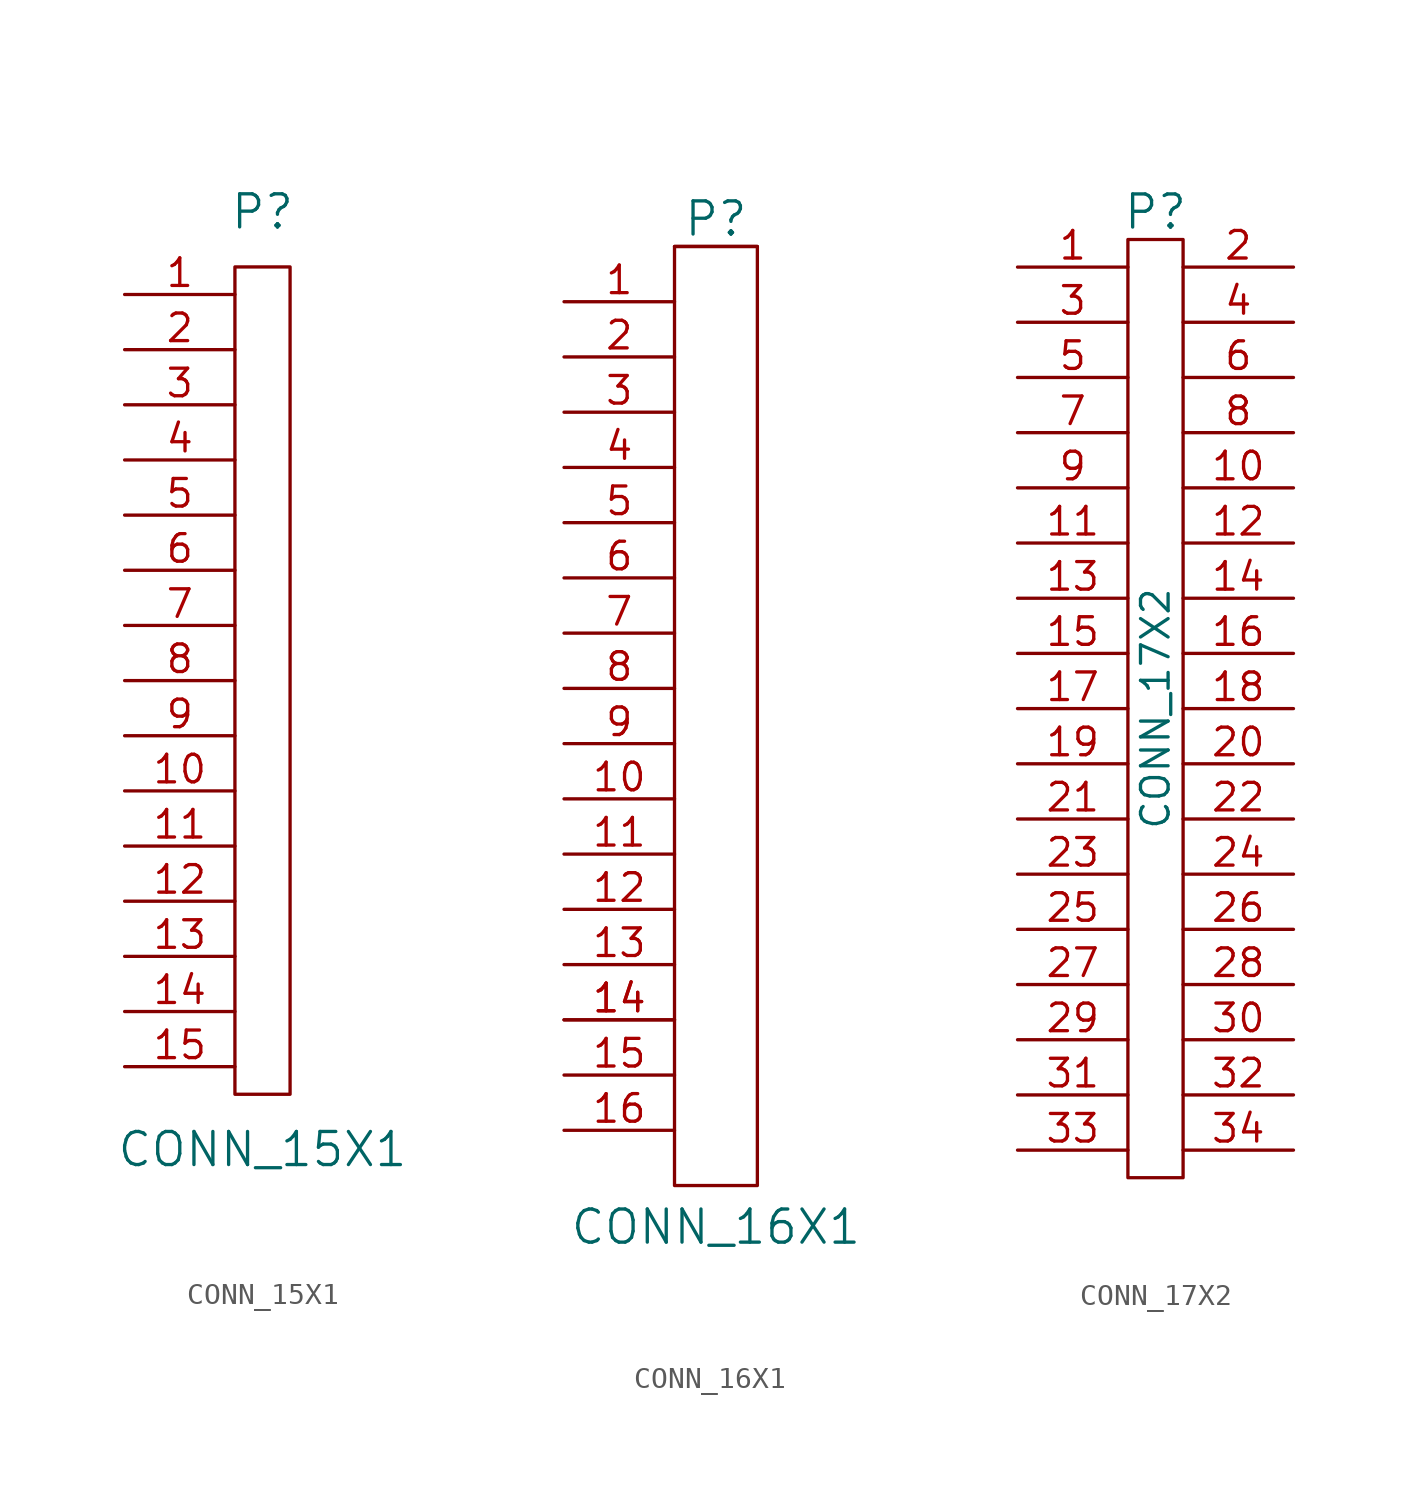
<source format=kicad_sym>
(kicad_symbol_lib
  (version 20201005)
  (generator kicad_symbol_editor)
  (symbol "CONN_15X1"
    (pin_names
      (offset 1.016))
    (property "Reference" "P"
      (at 0 20.32 0)
      (effects (font (size 1.524 1.524))))
    (property "Value" "CONN_15X1"
      (at 0 -22.86 0)
      (effects (font (size 1.524 1.524))))
    (symbol "CONN_15X1_0_1"
      (rectangle (start -1.27 17.78) (end 1.27 -20.32) (stroke (width 0)) (fill (type none))))
    (symbol "CONN_15X1_1_1"
      (pin unspecified line (at -6.35 16.51 0) (length 5.08) (name "~" (effects (font (size 1.27 1.27)))) (number "1" (effects (font (size 1.27 1.27)))))
      (pin unspecified line (at -6.35 -6.35 0) (length 5.08) (name "~" (effects (font (size 1.27 1.27)))) (number "10" (effects (font (size 1.27 1.27)))))
      (pin unspecified line (at -6.35 -8.89 0) (length 5.08) (name "~" (effects (font (size 1.27 1.27)))) (number "11" (effects (font (size 1.27 1.27)))))
      (pin unspecified line (at -6.35 -11.43 0) (length 5.08) (name "~" (effects (font (size 1.27 1.27)))) (number "12" (effects (font (size 1.27 1.27)))))
      (pin unspecified line (at -6.35 -13.97 0) (length 5.08) (name "~" (effects (font (size 1.27 1.27)))) (number "13" (effects (font (size 1.27 1.27)))))
      (pin unspecified line (at -6.35 -16.51 0) (length 5.08) (name "~" (effects (font (size 1.27 1.27)))) (number "14" (effects (font (size 1.27 1.27)))))
      (pin unspecified line (at -6.35 -19.05 0) (length 5.08) (name "~" (effects (font (size 1.27 1.27)))) (number "15" (effects (font (size 1.27 1.27)))))
      (pin unspecified line (at -6.35 13.97 0) (length 5.08) (name "~" (effects (font (size 1.27 1.27)))) (number "2" (effects (font (size 1.27 1.27)))))
      (pin unspecified line (at -6.35 11.43 0) (length 5.08) (name "~" (effects (font (size 1.27 1.27)))) (number "3" (effects (font (size 1.27 1.27)))))
      (pin unspecified line (at -6.35 8.89 0) (length 5.08) (name "~" (effects (font (size 1.27 1.27)))) (number "4" (effects (font (size 1.27 1.27)))))
      (pin unspecified line (at -6.35 6.35 0) (length 5.08) (name "~" (effects (font (size 1.27 1.27)))) (number "5" (effects (font (size 1.27 1.27)))))
      (pin unspecified line (at -6.35 3.81 0) (length 5.08) (name "~" (effects (font (size 1.27 1.27)))) (number "6" (effects (font (size 1.27 1.27)))))
      (pin unspecified line (at -6.35 1.27 0) (length 5.08) (name "~" (effects (font (size 1.27 1.27)))) (number "7" (effects (font (size 1.27 1.27)))))
      (pin unspecified line (at -6.35 -1.27 0) (length 5.08) (name "~" (effects (font (size 1.27 1.27)))) (number "8" (effects (font (size 1.27 1.27)))))
      (pin unspecified line (at -6.35 -3.81 0) (length 5.08) (name "~" (effects (font (size 1.27 1.27)))) (number "9" (effects (font (size 1.27 1.27)))))))
  (symbol "CONN_16X1"
    (pin_names
      (offset 1.016))
    (property "Reference" "P"
      (at 0.635 22.86 0)
      (effects (font (size 1.524 1.524))))
    (property "Value" "CONN_16X1"
      (at 0.635 -23.495 0)
      (effects (font (size 1.524 1.524))))
    (symbol "CONN_16X1_0_1"
      (rectangle (start -1.27 -21.59) (end 2.54 21.59) (stroke (width 0)) (fill (type none)))
      (rectangle (start -1.27 21.59) (end 2.54 21.59) (stroke (width 0)) (fill (type none))))
    (symbol "CONN_16X1_1_1"
      (pin unspecified line (at -6.35 19.05 0) (length 5.08) (name "~" (effects (font (size 1.27 1.27)))) (number "1" (effects (font (size 1.27 1.27)))))
      (pin unspecified line (at -6.35 -3.81 0) (length 5.08) (name "~" (effects (font (size 1.27 1.27)))) (number "10" (effects (font (size 1.27 1.27)))))
      (pin unspecified line (at -6.35 -6.35 0) (length 5.08) (name "~" (effects (font (size 1.27 1.27)))) (number "11" (effects (font (size 1.27 1.27)))))
      (pin unspecified line (at -6.35 -8.89 0) (length 5.08) (name "~" (effects (font (size 1.27 1.27)))) (number "12" (effects (font (size 1.27 1.27)))))
      (pin unspecified line (at -6.35 -11.43 0) (length 5.08) (name "~" (effects (font (size 1.27 1.27)))) (number "13" (effects (font (size 1.27 1.27)))))
      (pin unspecified line (at -6.35 -13.97 0) (length 5.08) (name "~" (effects (font (size 1.27 1.27)))) (number "14" (effects (font (size 1.27 1.27)))))
      (pin unspecified line (at -6.35 -13.97 0) (length 5.08) (name "~" (effects (font (size 1.27 1.27)))) (number "14" (effects (font (size 1.27 1.27)))))
      (pin unspecified line (at -6.35 -16.51 0) (length 5.08) (name "~" (effects (font (size 1.27 1.27)))) (number "15" (effects (font (size 1.27 1.27)))))
      (pin unspecified line (at -6.35 -19.05 0) (length 5.08) (name "~" (effects (font (size 1.27 1.27)))) (number "16" (effects (font (size 1.27 1.27)))))
      (pin unspecified line (at -6.35 16.51 0) (length 5.08) (name "~" (effects (font (size 1.27 1.27)))) (number "2" (effects (font (size 1.27 1.27)))))
      (pin unspecified line (at -6.35 13.97 0) (length 5.08) (name "~" (effects (font (size 1.27 1.27)))) (number "3" (effects (font (size 1.27 1.27)))))
      (pin unspecified line (at -6.35 11.43 0) (length 5.08) (name "~" (effects (font (size 1.27 1.27)))) (number "4" (effects (font (size 1.27 1.27)))))
      (pin unspecified line (at -6.35 8.89 0) (length 5.08) (name "~" (effects (font (size 1.27 1.27)))) (number "5" (effects (font (size 1.27 1.27)))))
      (pin unspecified line (at -6.35 6.35 0) (length 5.08) (name "~" (effects (font (size 1.27 1.27)))) (number "6" (effects (font (size 1.27 1.27)))))
      (pin unspecified line (at -6.35 3.81 0) (length 5.08) (name "~" (effects (font (size 1.27 1.27)))) (number "7" (effects (font (size 1.27 1.27)))))
      (pin unspecified line (at -6.35 1.27 0) (length 5.08) (name "~" (effects (font (size 1.27 1.27)))) (number "8" (effects (font (size 1.27 1.27)))))
      (pin unspecified line (at -6.35 -1.27 0) (length 5.08) (name "~" (effects (font (size 1.27 1.27)))) (number "9" (effects (font (size 1.27 1.27)))))))
  (symbol "CONN_17X2"
    (pin_names
      (offset 1.016))
    (property "Reference" "P"
      (at 0 22.86 0)
      (effects (font (size 1.524 1.524))))
    (property "Value" "CONN_17X2"
      (at 0 0 90)
      (effects (font (size 1.27 1.27))))
    (symbol "CONN_17X2_0_1"
      (rectangle (start -1.27 21.59) (end 1.27 -21.59) (stroke (width 0)) (fill (type none))))
    (symbol "CONN_17X2_1_1"
      (pin unspecified line (at -6.35 20.32 0) (length 5.08) (name "~" (effects (font (size 1.27 1.27)))) (number "1" (effects (font (size 1.27 1.27)))))
      (pin unspecified line (at 6.35 10.16 180) (length 5.08) (name "~" (effects (font (size 1.27 1.27)))) (number "10" (effects (font (size 1.27 1.27)))))
      (pin unspecified line (at -6.35 7.62 0) (length 5.08) (name "~" (effects (font (size 1.27 1.27)))) (number "11" (effects (font (size 1.27 1.27)))))
      (pin unspecified line (at 6.35 7.62 180) (length 5.08) (name "~" (effects (font (size 1.27 1.27)))) (number "12" (effects (font (size 1.27 1.27)))))
      (pin passive line (at -6.35 5.08 0) (length 5.08) (name "~" (effects (font (size 1.27 1.27)))) (number "13" (effects (font (size 1.27 1.27)))))
      (pin passive line (at 6.35 5.08 180) (length 5.08) (name "~" (effects (font (size 1.27 1.27)))) (number "14" (effects (font (size 1.27 1.27)))))
      (pin passive line (at -6.35 2.54 0) (length 5.08) (name "~" (effects (font (size 1.27 1.27)))) (number "15" (effects (font (size 1.27 1.27)))))
      (pin passive line (at 6.35 2.54 180) (length 5.08) (name "~" (effects (font (size 1.27 1.27)))) (number "16" (effects (font (size 1.27 1.27)))))
      (pin passive line (at -6.35 0 0) (length 5.08) (name "~" (effects (font (size 1.27 1.27)))) (number "17" (effects (font (size 1.27 1.27)))))
      (pin passive line (at 6.35 0 180) (length 5.08) (name "~" (effects (font (size 1.27 1.27)))) (number "18" (effects (font (size 1.27 1.27)))))
      (pin passive line (at -6.35 -2.54 0) (length 5.08) (name "~" (effects (font (size 1.27 1.27)))) (number "19" (effects (font (size 1.27 1.27)))))
      (pin unspecified line (at 6.35 20.32 180) (length 5.08) (name "~" (effects (font (size 1.27 1.27)))) (number "2" (effects (font (size 1.27 1.27)))))
      (pin passive line (at 6.35 -2.54 180) (length 5.08) (name "~" (effects (font (size 1.27 1.27)))) (number "20" (effects (font (size 1.27 1.27)))))
      (pin passive line (at -6.35 -5.08 0) (length 5.08) (name "~" (effects (font (size 1.27 1.27)))) (number "21" (effects (font (size 1.27 1.27)))))
      (pin passive line (at 6.35 -5.08 180) (length 5.08) (name "~" (effects (font (size 1.27 1.27)))) (number "22" (effects (font (size 1.27 1.27)))))
      (pin passive line (at -6.35 -7.62 0) (length 5.08) (name "~" (effects (font (size 1.27 1.27)))) (number "23" (effects (font (size 1.27 1.27)))))
      (pin passive line (at 6.35 -7.62 180) (length 5.08) (name "~" (effects (font (size 1.27 1.27)))) (number "24" (effects (font (size 1.27 1.27)))))
      (pin passive line (at -6.35 -10.16 0) (length 5.08) (name "~" (effects (font (size 1.27 1.27)))) (number "25" (effects (font (size 1.27 1.27)))))
      (pin passive line (at 6.35 -10.16 180) (length 5.08) (name "~" (effects (font (size 1.27 1.27)))) (number "26" (effects (font (size 1.27 1.27)))))
      (pin passive line (at -6.35 -12.7 0) (length 5.08) (name "~" (effects (font (size 1.27 1.27)))) (number "27" (effects (font (size 1.27 1.27)))))
      (pin passive line (at 6.35 -12.7 180) (length 5.08) (name "~" (effects (font (size 1.27 1.27)))) (number "28" (effects (font (size 1.27 1.27)))))
      (pin passive line (at -6.35 -15.24 0) (length 5.08) (name "~" (effects (font (size 1.27 1.27)))) (number "29" (effects (font (size 1.27 1.27)))))
      (pin unspecified line (at -6.35 17.78 0) (length 5.08) (name "~" (effects (font (size 1.27 1.27)))) (number "3" (effects (font (size 1.27 1.27)))))
      (pin passive line (at 6.35 -15.24 180) (length 5.08) (name "~" (effects (font (size 1.27 1.27)))) (number "30" (effects (font (size 1.27 1.27)))))
      (pin passive line (at -6.35 -17.78 0) (length 5.08) (name "~" (effects (font (size 1.27 1.27)))) (number "31" (effects (font (size 1.27 1.27)))))
      (pin passive line (at 6.35 -17.78 180) (length 5.08) (name "~" (effects (font (size 1.27 1.27)))) (number "32" (effects (font (size 1.27 1.27)))))
      (pin passive line (at -6.35 -20.32 0) (length 5.08) (name "~" (effects (font (size 1.27 1.27)))) (number "33" (effects (font (size 1.27 1.27)))))
      (pin passive line (at 6.35 -20.32 180) (length 5.08) (name "~" (effects (font (size 1.27 1.27)))) (number "34" (effects (font (size 1.27 1.27)))))
      (pin unspecified line (at 6.35 17.78 180) (length 5.08) (name "~" (effects (font (size 1.27 1.27)))) (number "4" (effects (font (size 1.27 1.27)))))
      (pin unspecified line (at -6.35 15.24 0) (length 5.08) (name "~" (effects (font (size 1.27 1.27)))) (number "5" (effects (font (size 1.27 1.27)))))
      (pin unspecified line (at 6.35 15.24 180) (length 5.08) (name "~" (effects (font (size 1.27 1.27)))) (number "6" (effects (font (size 1.27 1.27)))))
      (pin unspecified line (at -6.35 12.7 0) (length 5.08) (name "~" (effects (font (size 1.27 1.27)))) (number "7" (effects (font (size 1.27 1.27)))))
      (pin unspecified line (at 6.35 12.7 180) (length 5.08) (name "~" (effects (font (size 1.27 1.27)))) (number "8" (effects (font (size 1.27 1.27)))))
      (pin unspecified line (at -6.35 10.16 0) (length 5.08) (name "~" (effects (font (size 1.27 1.27)))) (number "9" (effects (font (size 1.27 1.27))))))))
</source>
